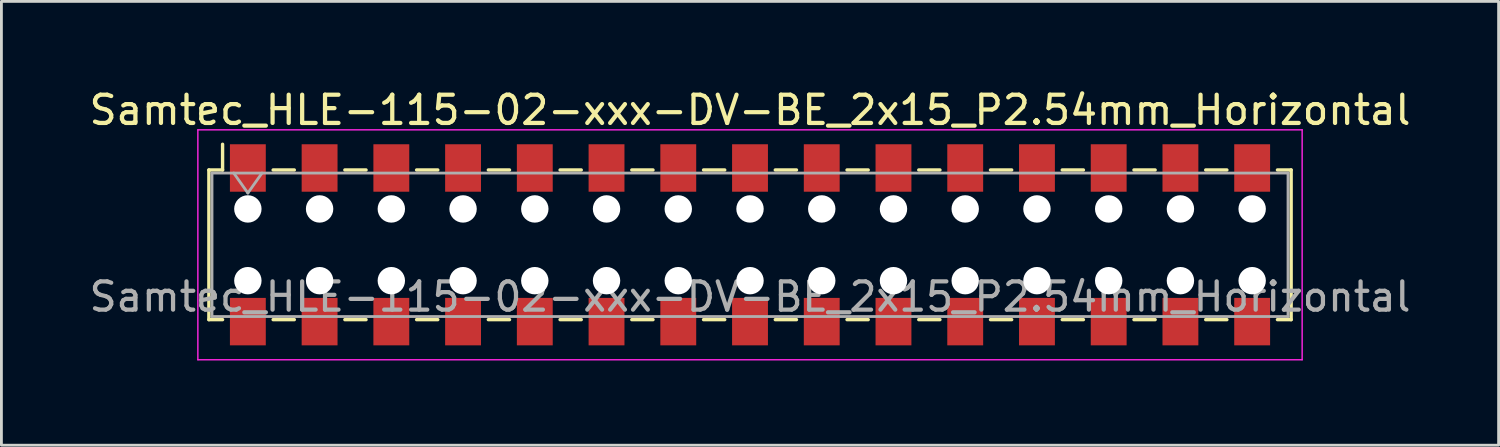
<source format=kicad_pcb>
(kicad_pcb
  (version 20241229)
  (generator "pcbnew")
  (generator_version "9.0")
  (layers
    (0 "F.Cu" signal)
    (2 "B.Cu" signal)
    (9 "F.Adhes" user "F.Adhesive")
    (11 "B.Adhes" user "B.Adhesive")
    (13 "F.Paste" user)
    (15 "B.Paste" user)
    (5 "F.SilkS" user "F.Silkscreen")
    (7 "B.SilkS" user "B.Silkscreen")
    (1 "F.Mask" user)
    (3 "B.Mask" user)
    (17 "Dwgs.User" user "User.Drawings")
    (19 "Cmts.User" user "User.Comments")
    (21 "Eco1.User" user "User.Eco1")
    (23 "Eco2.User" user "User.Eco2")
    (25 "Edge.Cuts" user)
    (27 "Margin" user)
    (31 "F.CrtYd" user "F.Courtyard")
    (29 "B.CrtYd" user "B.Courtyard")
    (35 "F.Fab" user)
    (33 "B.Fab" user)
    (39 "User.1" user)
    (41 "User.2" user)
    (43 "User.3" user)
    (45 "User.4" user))
  (footprint "Samtec_HLE-115-02-xxx-DV-BE_2x15_P2.54mm_Horizontal"
    (layer "F.Cu")
    (at 23.506 5.618)
    (property "Reference" "Samtec_HLE-115-02-xxx-DV-BE_2x15_P2.54mm_Horizontal" (at 0 -4.77 0) (layer "F.SilkS") (effects (font (size 1 1) (thickness 0.15))))
    (attr smd)
    (fp_line (start -19.16 -2.65) (end -19.16 2.65) (stroke (width 0.12) (type solid)) (layer "F.SilkS"))
    (fp_line (start -19.16 2.65) (end -18.675 2.65) (stroke (width 0.12) (type solid)) (layer "F.SilkS"))
    (fp_line (start -18.675 -3.56) (end -18.675 -2.65) (stroke (width 0.12) (type solid)) (layer "F.SilkS"))
    (fp_line (start -18.675 -2.65) (end -19.16 -2.65) (stroke (width 0.12) (type solid)) (layer "F.SilkS"))
    (fp_line (start -16.885 -2.65) (end -16.135 -2.65) (stroke (width 0.12) (type solid)) (layer "F.SilkS"))
    (fp_line (start -16.885 2.65) (end -16.135 2.65) (stroke (width 0.12) (type solid)) (layer "F.SilkS"))
    (fp_line (start -14.345 -2.65) (end -13.595 -2.65) (stroke (width 0.12) (type solid)) (layer "F.SilkS"))
    (fp_line (start -14.345 2.65) (end -13.595 2.65) (stroke (width 0.12) (type solid)) (layer "F.SilkS"))
    (fp_line (start -11.805 -2.65) (end -11.055 -2.65) (stroke (width 0.12) (type solid)) (layer "F.SilkS"))
    (fp_line (start -11.805 2.65) (end -11.055 2.65) (stroke (width 0.12) (type solid)) (layer "F.SilkS"))
    (fp_line (start -9.265 -2.65) (end -8.515 -2.65) (stroke (width 0.12) (type solid)) (layer "F.SilkS"))
    (fp_line (start -9.265 2.65) (end -8.515 2.65) (stroke (width 0.12) (type solid)) (layer "F.SilkS"))
    (fp_line (start -6.725 -2.65) (end -5.975 -2.65) (stroke (width 0.12) (type solid)) (layer "F.SilkS"))
    (fp_line (start -6.725 2.65) (end -5.975 2.65) (stroke (width 0.12) (type solid)) (layer "F.SilkS"))
    (fp_line (start -4.185 -2.65) (end -3.435 -2.65) (stroke (width 0.12) (type solid)) (layer "F.SilkS"))
    (fp_line (start -4.185 2.65) (end -3.435 2.65) (stroke (width 0.12) (type solid)) (layer "F.SilkS"))
    (fp_line (start -1.645 -2.65) (end -0.895 -2.65) (stroke (width 0.12) (type solid)) (layer "F.SilkS"))
    (fp_line (start -1.645 2.65) (end -0.895 2.65) (stroke (width 0.12) (type solid)) (layer "F.SilkS"))
    (fp_line (start 0.895 -2.65) (end 1.645 -2.65) (stroke (width 0.12) (type solid)) (layer "F.SilkS"))
    (fp_line (start 0.895 2.65) (end 1.645 2.65) (stroke (width 0.12) (type solid)) (layer "F.SilkS"))
    (fp_line (start 3.435 -2.65) (end 4.185 -2.65) (stroke (width 0.12) (type solid)) (layer "F.SilkS"))
    (fp_line (start 3.435 2.65) (end 4.185 2.65) (stroke (width 0.12) (type solid)) (layer "F.SilkS"))
    (fp_line (start 5.975 -2.65) (end 6.725 -2.65) (stroke (width 0.12) (type solid)) (layer "F.SilkS"))
    (fp_line (start 5.975 2.65) (end 6.725 2.65) (stroke (width 0.12) (type solid)) (layer "F.SilkS"))
    (fp_line (start 8.515 -2.65) (end 9.265 -2.65) (stroke (width 0.12) (type solid)) (layer "F.SilkS"))
    (fp_line (start 8.515 2.65) (end 9.265 2.65) (stroke (width 0.12) (type solid)) (layer "F.SilkS"))
    (fp_line (start 11.055 -2.65) (end 11.805 -2.65) (stroke (width 0.12) (type solid)) (layer "F.SilkS"))
    (fp_line (start 11.055 2.65) (end 11.805 2.65) (stroke (width 0.12) (type solid)) (layer "F.SilkS"))
    (fp_line (start 13.595 -2.65) (end 14.345 -2.65) (stroke (width 0.12) (type solid)) (layer "F.SilkS"))
    (fp_line (start 13.595 2.65) (end 14.345 2.65) (stroke (width 0.12) (type solid)) (layer "F.SilkS"))
    (fp_line (start 16.135 -2.65) (end 16.885 -2.65) (stroke (width 0.12) (type solid)) (layer "F.SilkS"))
    (fp_line (start 16.135 2.65) (end 16.885 2.65) (stroke (width 0.12) (type solid)) (layer "F.SilkS"))
    (fp_line (start 18.675 -2.65) (end 19.16 -2.65) (stroke (width 0.12) (type solid)) (layer "F.SilkS"))
    (fp_line (start 19.16 -2.65) (end 19.16 2.65) (stroke (width 0.12) (type solid)) (layer "F.SilkS"))
    (fp_line (start 19.16 2.65) (end 18.675 2.65) (stroke (width 0.12) (type solid)) (layer "F.SilkS"))
    (fp_line (start -19.55 -4.07) (end 19.55 -4.07) (stroke (width 0.05) (type solid)) (layer "F.CrtYd"))
    (fp_line (start -19.55 4.07) (end -19.55 -4.07) (stroke (width 0.05) (type solid)) (layer "F.CrtYd"))
    (fp_line (start 19.55 -4.07) (end 19.55 4.07) (stroke (width 0.05) (type solid)) (layer "F.CrtYd"))
    (fp_line (start 19.55 4.07) (end -19.55 4.07) (stroke (width 0.05) (type solid)) (layer "F.CrtYd"))
    (fp_line (start -19.05 -2.54) (end 19.05 -2.54) (stroke (width 0.1) (type solid)) (layer "F.Fab"))
    (fp_line (start -19.05 2.54) (end -19.05 -2.54) (stroke (width 0.1) (type solid)) (layer "F.Fab"))
    (fp_line (start -18.28 -2.54) (end -17.78 -1.833) (stroke (width 0.1) (type solid)) (layer "F.Fab"))
    (fp_line (start -17.78 -1.833) (end -17.28 -2.54) (stroke (width 0.1) (type solid)) (layer "F.Fab"))
    (fp_line (start 19.05 -2.54) (end 19.05 2.54) (stroke (width 0.1) (type solid)) (layer "F.Fab"))
    (fp_line (start 19.05 2.54) (end -19.05 2.54) (stroke (width 0.1) (type solid)) (layer "F.Fab"))
    (fp_text user "${REFERENCE}" (at 0 1.84 0) (layer "F.Fab") (effects (font (size 1 1) (thickness 0.15))))
    (pad "" np_thru_hole circle (at -17.78 -1.27) (size 0.97 0.97) (drill 0.97) (layers "*.Cu" "*.Mask"))
    (pad "" np_thru_hole circle (at -17.78 1.27) (size 0.97 0.97) (drill 0.97) (layers "*.Cu" "*.Mask"))
    (pad "" np_thru_hole circle (at -15.24 -1.27) (size 0.97 0.97) (drill 0.97) (layers "*.Cu" "*.Mask"))
    (pad "" np_thru_hole circle (at -15.24 1.27) (size 0.97 0.97) (drill 0.97) (layers "*.Cu" "*.Mask"))
    (pad "" np_thru_hole circle (at -12.7 -1.27) (size 0.97 0.97) (drill 0.97) (layers "*.Cu" "*.Mask"))
    (pad "" np_thru_hole circle (at -12.7 1.27) (size 0.97 0.97) (drill 0.97) (layers "*.Cu" "*.Mask"))
    (pad "" np_thru_hole circle (at -10.16 -1.27) (size 0.97 0.97) (drill 0.97) (layers "*.Cu" "*.Mask"))
    (pad "" np_thru_hole circle (at -10.16 1.27) (size 0.97 0.97) (drill 0.97) (layers "*.Cu" "*.Mask"))
    (pad "" np_thru_hole circle (at -7.62 -1.27) (size 0.97 0.97) (drill 0.97) (layers "*.Cu" "*.Mask"))
    (pad "" np_thru_hole circle (at -7.62 1.27) (size 0.97 0.97) (drill 0.97) (layers "*.Cu" "*.Mask"))
    (pad "" np_thru_hole circle (at -5.08 -1.27) (size 0.97 0.97) (drill 0.97) (layers "*.Cu" "*.Mask"))
    (pad "" np_thru_hole circle (at -5.08 1.27) (size 0.97 0.97) (drill 0.97) (layers "*.Cu" "*.Mask"))
    (pad "" np_thru_hole circle (at -2.54 -1.27) (size 0.97 0.97) (drill 0.97) (layers "*.Cu" "*.Mask"))
    (pad "" np_thru_hole circle (at -2.54 1.27) (size 0.97 0.97) (drill 0.97) (layers "*.Cu" "*.Mask"))
    (pad "" np_thru_hole circle (at 0 -1.27) (size 0.97 0.97) (drill 0.97) (layers "*.Cu" "*.Mask"))
    (pad "" np_thru_hole circle (at 0 1.27) (size 0.97 0.97) (drill 0.97) (layers "*.Cu" "*.Mask"))
    (pad "" np_thru_hole circle (at 2.54 -1.27) (size 0.97 0.97) (drill 0.97) (layers "*.Cu" "*.Mask"))
    (pad "" np_thru_hole circle (at 2.54 1.27) (size 0.97 0.97) (drill 0.97) (layers "*.Cu" "*.Mask"))
    (pad "" np_thru_hole circle (at 5.08 -1.27) (size 0.97 0.97) (drill 0.97) (layers "*.Cu" "*.Mask"))
    (pad "" np_thru_hole circle (at 5.08 1.27) (size 0.97 0.97) (drill 0.97) (layers "*.Cu" "*.Mask"))
    (pad "" np_thru_hole circle (at 7.62 -1.27) (size 0.97 0.97) (drill 0.97) (layers "*.Cu" "*.Mask"))
    (pad "" np_thru_hole circle (at 7.62 1.27) (size 0.97 0.97) (drill 0.97) (layers "*.Cu" "*.Mask"))
    (pad "" np_thru_hole circle (at 10.16 -1.27) (size 0.97 0.97) (drill 0.97) (layers "*.Cu" "*.Mask"))
    (pad "" np_thru_hole circle (at 10.16 1.27) (size 0.97 0.97) (drill 0.97) (layers "*.Cu" "*.Mask"))
    (pad "" np_thru_hole circle (at 12.7 -1.27) (size 0.97 0.97) (drill 0.97) (layers "*.Cu" "*.Mask"))
    (pad "" np_thru_hole circle (at 12.7 1.27) (size 0.97 0.97) (drill 0.97) (layers "*.Cu" "*.Mask"))
    (pad "" np_thru_hole circle (at 15.24 -1.27) (size 0.97 0.97) (drill 0.97) (layers "*.Cu" "*.Mask"))
    (pad "" np_thru_hole circle (at 15.24 1.27) (size 0.97 0.97) (drill 0.97) (layers "*.Cu" "*.Mask"))
    (pad "" np_thru_hole circle (at 17.78 -1.27) (size 0.97 0.97) (drill 0.97) (layers "*.Cu" "*.Mask"))
    (pad "" np_thru_hole circle (at 17.78 1.27) (size 0.97 0.97) (drill 0.97) (layers "*.Cu" "*.Mask"))
    (pad "1" smd rect (at -17.78 -2.72) (size 1.27 1.68) (layers "F.Cu" "F.Mask" "F.Paste"))
    (pad "2" smd rect (at -17.78 2.72) (size 1.27 1.68) (layers "F.Cu" "F.Mask" "F.Paste"))
    (pad "3" smd rect (at -15.24 -2.72) (size 1.27 1.68) (layers "F.Cu" "F.Mask" "F.Paste"))
    (pad "4" smd rect (at -15.24 2.72) (size 1.27 1.68) (layers "F.Cu" "F.Mask" "F.Paste"))
    (pad "5" smd rect (at -12.7 -2.72) (size 1.27 1.68) (layers "F.Cu" "F.Mask" "F.Paste"))
    (pad "6" smd rect (at -12.7 2.72) (size 1.27 1.68) (layers "F.Cu" "F.Mask" "F.Paste"))
    (pad "7" smd rect (at -10.16 -2.72) (size 1.27 1.68) (layers "F.Cu" "F.Mask" "F.Paste"))
    (pad "8" smd rect (at -10.16 2.72) (size 1.27 1.68) (layers "F.Cu" "F.Mask" "F.Paste"))
    (pad "9" smd rect (at -7.62 -2.72) (size 1.27 1.68) (layers "F.Cu" "F.Mask" "F.Paste"))
    (pad "10" smd rect (at -7.62 2.72) (size 1.27 1.68) (layers "F.Cu" "F.Mask" "F.Paste"))
    (pad "11" smd rect (at -5.08 -2.72) (size 1.27 1.68) (layers "F.Cu" "F.Mask" "F.Paste"))
    (pad "12" smd rect (at -5.08 2.72) (size 1.27 1.68) (layers "F.Cu" "F.Mask" "F.Paste"))
    (pad "13" smd rect (at -2.54 -2.72) (size 1.27 1.68) (layers "F.Cu" "F.Mask" "F.Paste"))
    (pad "14" smd rect (at -2.54 2.72) (size 1.27 1.68) (layers "F.Cu" "F.Mask" "F.Paste"))
    (pad "15" smd rect (at 0 -2.72) (size 1.27 1.68) (layers "F.Cu" "F.Mask" "F.Paste"))
    (pad "16" smd rect (at 0 2.72) (size 1.27 1.68) (layers "F.Cu" "F.Mask" "F.Paste"))
    (pad "17" smd rect (at 2.54 -2.72) (size 1.27 1.68) (layers "F.Cu" "F.Mask" "F.Paste"))
    (pad "18" smd rect (at 2.54 2.72) (size 1.27 1.68) (layers "F.Cu" "F.Mask" "F.Paste"))
    (pad "19" smd rect (at 5.08 -2.72) (size 1.27 1.68) (layers "F.Cu" "F.Mask" "F.Paste"))
    (pad "20" smd rect (at 5.08 2.72) (size 1.27 1.68) (layers "F.Cu" "F.Mask" "F.Paste"))
    (pad "21" smd rect (at 7.62 -2.72) (size 1.27 1.68) (layers "F.Cu" "F.Mask" "F.Paste"))
    (pad "22" smd rect (at 7.62 2.72) (size 1.27 1.68) (layers "F.Cu" "F.Mask" "F.Paste"))
    (pad "23" smd rect (at 10.16 -2.72) (size 1.27 1.68) (layers "F.Cu" "F.Mask" "F.Paste"))
    (pad "24" smd rect (at 10.16 2.72) (size 1.27 1.68) (layers "F.Cu" "F.Mask" "F.Paste"))
    (pad "25" smd rect (at 12.7 -2.72) (size 1.27 1.68) (layers "F.Cu" "F.Mask" "F.Paste"))
    (pad "26" smd rect (at 12.7 2.72) (size 1.27 1.68) (layers "F.Cu" "F.Mask" "F.Paste"))
    (pad "27" smd rect (at 15.24 -2.72) (size 1.27 1.68) (layers "F.Cu" "F.Mask" "F.Paste"))
    (pad "28" smd rect (at 15.24 2.72) (size 1.27 1.68) (layers "F.Cu" "F.Mask" "F.Paste"))
    (pad "29" smd rect (at 17.78 -2.72) (size 1.27 1.68) (layers "F.Cu" "F.Mask" "F.Paste"))
    (pad "30" smd rect (at 17.78 2.72) (size 1.27 1.68) (layers "F.Cu" "F.Mask" "F.Paste")))
  (gr_rect
    (start -3 -3)
    (end 50.012 12.713)
    (stroke (width 0.1) (type default))
    (fill no)
    (layer "Edge.Cuts")))
</source>
